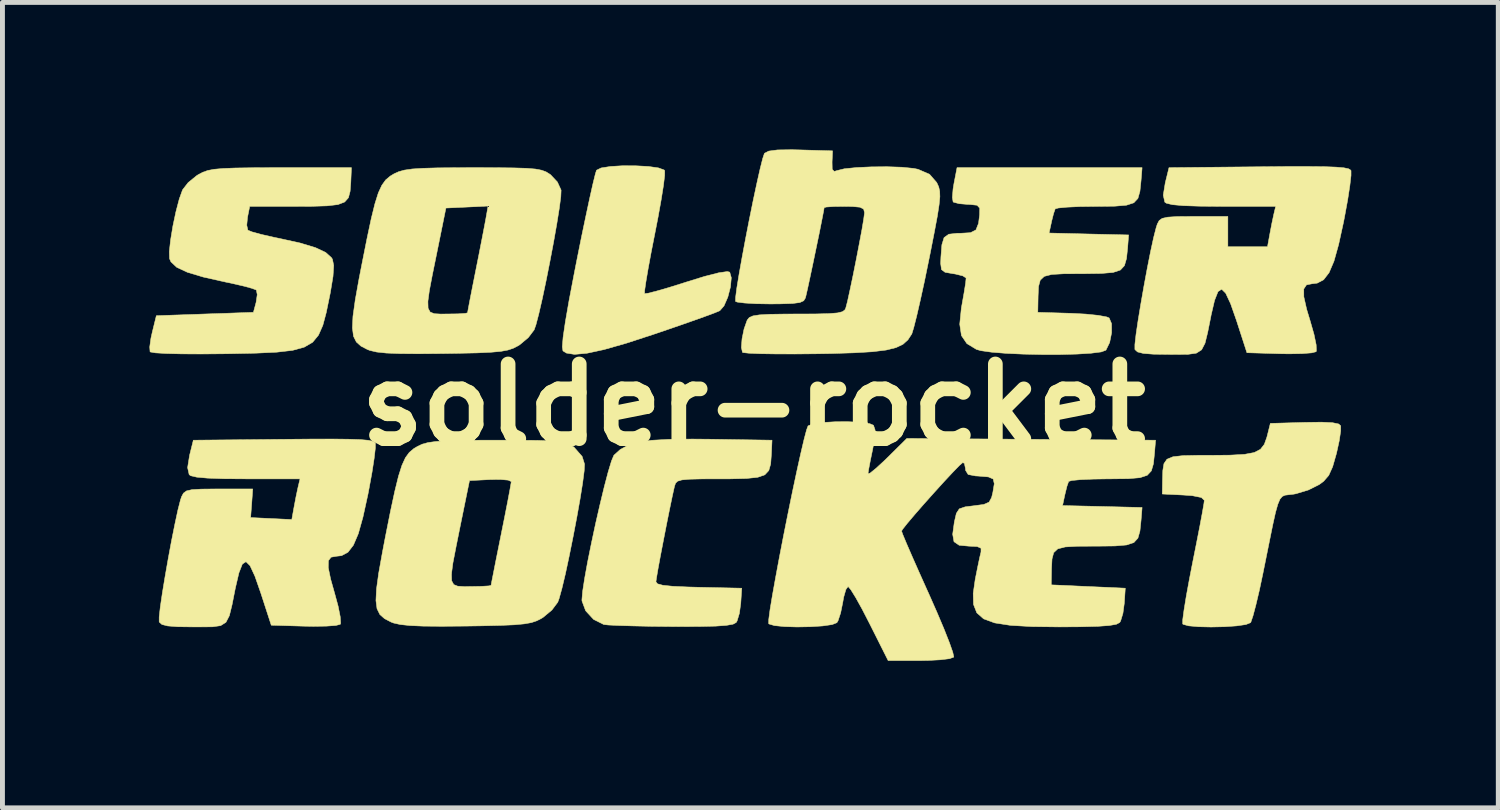
<source format=kicad_pcb>
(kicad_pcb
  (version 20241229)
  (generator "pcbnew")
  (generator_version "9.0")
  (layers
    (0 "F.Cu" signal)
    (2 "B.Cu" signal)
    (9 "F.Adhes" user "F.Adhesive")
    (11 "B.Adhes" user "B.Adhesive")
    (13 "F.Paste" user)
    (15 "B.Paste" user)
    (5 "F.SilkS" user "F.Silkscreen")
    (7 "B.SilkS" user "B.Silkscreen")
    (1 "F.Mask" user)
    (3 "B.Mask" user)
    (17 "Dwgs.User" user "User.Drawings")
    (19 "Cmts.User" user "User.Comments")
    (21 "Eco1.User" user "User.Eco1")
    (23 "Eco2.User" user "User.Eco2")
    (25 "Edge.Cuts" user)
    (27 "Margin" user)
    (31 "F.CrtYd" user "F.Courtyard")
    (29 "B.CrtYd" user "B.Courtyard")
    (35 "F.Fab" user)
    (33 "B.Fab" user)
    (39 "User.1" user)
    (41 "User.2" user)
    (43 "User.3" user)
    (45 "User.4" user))
  (footprint "solder-rocket"
    (layer "F.Cu")
    (at 12.325 5.211)
    (property "Reference" "solder-rocket" (at 0 0 0) (layer "F.SilkS") (effects (font (size 1.524 1.524) (thickness 0.3))))
    (attr through_hole)
    (fp_poly (pts (xy -2.4 -4.878) (xy -2.143 -4.864) (xy -1.939 -4.835) (xy -1.823 -4.792) (xy -1.812 -4.777) (xy -1.813 -4.68) (xy -1.838 -4.473) (xy -1.885 -4.18) (xy -1.949 -3.823) (xy -2.014 -3.49) (xy -2.09 -3.104) (xy -2.152 -2.767) (xy -2.197 -2.501) (xy -2.222 -2.327) (xy -2.223 -2.269) (xy -2.15 -2.278) (xy -1.973 -2.323) (xy -1.717 -2.397) (xy -1.408 -2.494) (xy -1.371 -2.506) (xy -0.992 -2.623) (xy -0.709 -2.695) (xy -0.535 -2.72) (xy -0.485 -2.708) (xy -0.453 -2.594) (xy -0.47 -2.407) (xy -0.524 -2.199) (xy -0.602 -2.02) (xy -0.688 -1.921) (xy -0.791 -1.878) (xy -1.002 -1.8) (xy -1.297 -1.695) (xy -1.653 -1.571) (xy -2.031 -1.442) (xy -2.598 -1.257) (xy -3.051 -1.128) (xy -3.399 -1.053) (xy -3.652 -1.03) (xy -3.819 -1.057) (xy -3.888 -1.101) (xy -3.901 -1.183) (xy -3.885 -1.38) (xy -3.839 -1.694) (xy -3.763 -2.132) (xy -3.655 -2.697) (xy -3.608 -2.937) (xy -3.512 -3.415) (xy -3.421 -3.85) (xy -3.341 -4.223) (xy -3.275 -4.517) (xy -3.227 -4.712) (xy -3.203 -4.788) (xy -3.11 -4.834) (xy -2.92 -4.864) (xy -2.671 -4.879) (xy -2.4 -4.878)) (stroke (width 0.01) (type solid)) (fill yes) (layer "F.SilkS"))
    (fp_poly (pts (xy -0.892 0.701) (xy 0.378 0.721) (xy 0.364 1.018) (xy 0.35 1.207) (xy 0.312 1.34) (xy 0.231 1.427) (xy 0.086 1.478) (xy -0.145 1.502) (xy -0.481 1.51) (xy -0.694 1.51) (xy -1.056 1.511) (xy -1.303 1.517) (xy -1.46 1.531) (xy -1.548 1.557) (xy -1.591 1.599) (xy -1.612 1.662) (xy -1.613 1.665) (xy -1.656 1.859) (xy -1.712 2.128) (xy -1.775 2.441) (xy -1.839 2.769) (xy -1.899 3.08) (xy -1.948 3.345) (xy -1.98 3.533) (xy -1.991 3.611) (xy -1.959 3.652) (xy -1.851 3.681) (xy -1.649 3.702) (xy -1.338 3.716) (xy -1.116 3.722) (xy -0.24 3.741) (xy -0.26 4.047) (xy -0.288 4.254) (xy -0.335 4.409) (xy -0.354 4.441) (xy -0.417 4.475) (xy -0.552 4.499) (xy -0.773 4.515) (xy -1.097 4.522) (xy -1.538 4.524) (xy -1.673 4.523) (xy -2.081 4.519) (xy -2.449 4.511) (xy -2.751 4.502) (xy -2.963 4.492) (xy -3.055 4.482) (xy -3.263 4.378) (xy -3.425 4.202) (xy -3.5 4.001) (xy -3.501 3.975) (xy -3.486 3.803) (xy -3.445 3.537) (xy -3.384 3.201) (xy -3.307 2.821) (xy -3.222 2.423) (xy -3.132 2.031) (xy -3.045 1.671) (xy -2.965 1.367) (xy -2.898 1.146) (xy -2.85 1.031) (xy -2.846 1.026) (xy -2.719 0.911) (xy -2.562 0.824) (xy -2.355 0.763) (xy -2.08 0.723) (xy -1.718 0.703) (xy -1.25 0.698) (xy -0.892 0.701)) (stroke (width 0.01) (type solid)) (fill yes) (layer "F.SilkS"))
    (fp_poly (pts (xy 11.815 0.364) (xy 11.94 0.39) (xy 11.981 0.427) (xy 11.981 0.533) (xy 11.952 0.731) (xy 11.898 0.978) (xy 11.894 0.994) (xy 11.817 1.263) (xy 11.738 1.438) (xy 11.635 1.558) (xy 11.545 1.625) (xy 11.324 1.736) (xy 11.067 1.814) (xy 11.017 1.823) (xy 10.921 1.834) (xy 10.847 1.843) (xy 10.79 1.868) (xy 10.742 1.925) (xy 10.698 2.029) (xy 10.651 2.196) (xy 10.596 2.444) (xy 10.526 2.788) (xy 10.434 3.244) (xy 10.396 3.432) (xy 10.323 3.778) (xy 10.252 4.078) (xy 10.192 4.305) (xy 10.149 4.432) (xy 10.141 4.445) (xy 10.048 4.482) (xy 9.857 4.51) (xy 9.608 4.527) (xy 9.336 4.533) (xy 9.08 4.527) (xy 8.878 4.509) (xy 8.766 4.478) (xy 8.758 4.47) (xy 8.758 4.386) (xy 8.784 4.19) (xy 8.83 3.906) (xy 8.894 3.557) (xy 8.959 3.223) (xy 9.037 2.832) (xy 9.105 2.486) (xy 9.157 2.207) (xy 9.19 2.018) (xy 9.199 1.948) (xy 9.138 1.89) (xy 8.953 1.853) (xy 8.77 1.84) (xy 8.341 1.819) (xy 8.346 1.54) (xy 8.352 1.339) (xy 8.375 1.199) (xy 8.437 1.109) (xy 8.559 1.059) (xy 8.762 1.036) (xy 9.069 1.03) (xy 9.321 1.03) (xy 9.727 1.026) (xy 10.019 1.01) (xy 10.217 0.973) (xy 10.344 0.907) (xy 10.423 0.806) (xy 10.475 0.66) (xy 10.486 0.618) (xy 10.546 0.378) (xy 11.247 0.358) (xy 11.59 0.353) (xy 11.815 0.364)) (stroke (width 0.01) (type solid)) (fill yes) (layer "F.SilkS"))
    (fp_poly (pts (xy -8.217 -4.542) (xy -8.231 -4.358) (xy -8.265 -4.227) (xy -8.342 -4.14) (xy -8.479 -4.087) (xy -8.699 -4.061) (xy -9.021 -4.051) (xy -9.336 -4.05) (xy -10.28 -4.05) (xy -10.324 -3.831) (xy -10.34 -3.666) (xy -10.318 -3.566) (xy -10.315 -3.563) (xy -10.228 -3.528) (xy -10.04 -3.477) (xy -9.787 -3.419) (xy -9.679 -3.397) (xy -9.249 -3.302) (xy -8.938 -3.208) (xy -8.731 -3.111) (xy -8.611 -3.003) (xy -8.592 -2.972) (xy -8.566 -2.845) (xy -8.58 -2.622) (xy -8.635 -2.288) (xy -8.649 -2.219) (xy -8.718 -1.884) (xy -8.788 -1.622) (xy -8.876 -1.423) (xy -8.996 -1.277) (xy -9.168 -1.177) (xy -9.406 -1.112) (xy -9.728 -1.075) (xy -10.15 -1.055) (xy -10.69 -1.044) (xy -10.822 -1.042) (xy -11.275 -1.038) (xy -11.669 -1.04) (xy -11.984 -1.048) (xy -12.203 -1.061) (xy -12.307 -1.079) (xy -12.313 -1.083) (xy -12.32 -1.181) (xy -12.295 -1.361) (xy -12.268 -1.482) (xy -12.185 -1.819) (xy -11.195 -1.854) (xy -10.204 -1.888) (xy -10.149 -2.092) (xy -10.126 -2.25) (xy -10.144 -2.343) (xy -10.145 -2.343) (xy -10.231 -2.377) (xy -10.417 -2.427) (xy -10.67 -2.485) (xy -10.778 -2.507) (xy -11.227 -2.608) (xy -11.553 -2.706) (xy -11.769 -2.807) (xy -11.887 -2.918) (xy -11.916 -2.984) (xy -11.92 -3.129) (xy -11.894 -3.365) (xy -11.847 -3.65) (xy -11.785 -3.942) (xy -11.717 -4.201) (xy -11.651 -4.385) (xy -11.649 -4.389) (xy -11.536 -4.535) (xy -11.362 -4.677) (xy -11.327 -4.699) (xy -11.237 -4.746) (xy -11.137 -4.782) (xy -11.006 -4.807) (xy -10.825 -4.823) (xy -10.573 -4.833) (xy -10.229 -4.838) (xy -9.773 -4.84) (xy -9.645 -4.84) (xy -8.204 -4.84) (xy -8.217 -4.542)) (stroke (width 0.01) (type solid)) (fill yes) (layer "F.SilkS"))
    (fp_poly (pts (xy -5.248 -4.839) (xy -4.892 -4.835) (xy -4.633 -4.827) (xy -4.451 -4.812) (xy -4.324 -4.788) (xy -4.234 -4.755) (xy -4.16 -4.709) (xy -4.141 -4.696) (xy -4.002 -4.548) (xy -3.928 -4.387) (xy -3.926 -4.378) (xy -3.932 -4.247) (xy -3.963 -4.01) (xy -4.014 -3.692) (xy -4.079 -3.323) (xy -4.154 -2.927) (xy -4.232 -2.534) (xy -4.309 -2.169) (xy -4.38 -1.861) (xy -4.439 -1.635) (xy -4.476 -1.53) (xy -4.595 -1.373) (xy -4.772 -1.225) (xy -4.805 -1.205) (xy -4.902 -1.155) (xy -5.013 -1.118) (xy -5.159 -1.091) (xy -5.362 -1.073) (xy -5.644 -1.06) (xy -6.028 -1.052) (xy -6.35 -1.047) (xy -6.842 -1.043) (xy -7.216 -1.046) (xy -7.492 -1.057) (xy -7.689 -1.078) (xy -7.826 -1.11) (xy -7.878 -1.13) (xy -8.01 -1.199) (xy -8.104 -1.283) (xy -8.162 -1.4) (xy -8.184 -1.569) (xy -8.173 -1.806) (xy -8.13 -2.112) (xy -6.644 -2.112) (xy -6.64 -1.972) (xy -6.598 -1.894) (xy -6.515 -1.86) (xy -6.389 -1.853) (xy -6.247 -1.854) (xy -6.03 -1.857) (xy -5.88 -1.867) (xy -5.835 -1.878) (xy -5.822 -1.951) (xy -5.788 -2.132) (xy -5.737 -2.393) (xy -5.674 -2.709) (xy -5.672 -2.719) (xy -5.603 -3.065) (xy -5.54 -3.387) (xy -5.49 -3.647) (xy -5.462 -3.796) (xy -5.416 -4.057) (xy -5.846 -4.036) (xy -6.276 -4.016) (xy -6.464 -3.089) (xy -6.553 -2.653) (xy -6.614 -2.333) (xy -6.644 -2.112) (xy -8.13 -2.112) (xy -8.128 -2.131) (xy -8.051 -2.561) (xy -7.99 -2.874) (xy -7.886 -3.396) (xy -7.8 -3.8) (xy -7.725 -4.104) (xy -7.655 -4.326) (xy -7.583 -4.482) (xy -7.505 -4.59) (xy -7.412 -4.668) (xy -7.334 -4.715) (xy -7.239 -4.758) (xy -7.124 -4.79) (xy -6.966 -4.813) (xy -6.746 -4.827) (xy -6.442 -4.836) (xy -6.035 -4.839) (xy -5.72 -4.84) (xy -5.248 -4.839)) (stroke (width 0.01) (type solid)) (fill yes) (layer "F.SilkS"))
    (fp_poly (pts (xy 11.65 -4.86) (xy 11.888 -4.851) (xy 12.047 -4.837) (xy 12.142 -4.817) (xy 12.186 -4.789) (xy 12.192 -4.779) (xy 12.192 -4.679) (xy 12.168 -4.472) (xy 12.124 -4.185) (xy 12.062 -3.847) (xy 12.04 -3.732) (xy 11.939 -3.271) (xy 11.844 -2.931) (xy 11.744 -2.697) (xy 11.633 -2.553) (xy 11.503 -2.484) (xy 11.397 -2.471) (xy 11.283 -2.448) (xy 11.228 -2.365) (xy 11.229 -2.205) (xy 11.287 -1.949) (xy 11.359 -1.711) (xy 11.437 -1.438) (xy 11.481 -1.224) (xy 11.485 -1.1) (xy 11.478 -1.084) (xy 11.387 -1.061) (xy 11.193 -1.046) (xy 10.926 -1.041) (xy 10.743 -1.044) (xy 10.068 -1.064) (xy 9.857 -1.716) (xy 9.735 -2.064) (xy 9.635 -2.278) (xy 9.552 -2.36) (xy 9.478 -2.311) (xy 9.408 -2.133) (xy 9.336 -1.825) (xy 9.335 -1.816) (xy 9.268 -1.482) (xy 9.213 -1.258) (xy 9.143 -1.123) (xy 9.036 -1.055) (xy 8.866 -1.031) (xy 8.61 -1.029) (xy 8.478 -1.03) (xy 8.159 -1.034) (xy 7.953 -1.05) (xy 7.836 -1.08) (xy 7.784 -1.128) (xy 7.782 -1.134) (xy 7.782 -1.231) (xy 7.805 -1.435) (xy 7.847 -1.72) (xy 7.903 -2.059) (xy 7.967 -2.424) (xy 8.035 -2.79) (xy 8.102 -3.128) (xy 8.164 -3.413) (xy 8.216 -3.616) (xy 8.24 -3.69) (xy 8.277 -3.76) (xy 8.339 -3.805) (xy 8.451 -3.83) (xy 8.641 -3.842) (xy 8.938 -3.844) (xy 8.992 -3.844) (xy 9.679 -3.844) (xy 9.679 -3.226) (xy 10.488 -3.226) (xy 10.535 -3.484) (xy 10.576 -3.699) (xy 10.615 -3.882) (xy 10.618 -3.896) (xy 10.655 -4.05) (xy 9.558 -4.05) (xy 9.101 -4.054) (xy 8.768 -4.065) (xy 8.547 -4.085) (xy 8.424 -4.115) (xy 8.393 -4.136) (xy 8.361 -4.279) (xy 8.402 -4.531) (xy 8.478 -4.84) (xy 10.316 -4.858) (xy 10.879 -4.863) (xy 11.319 -4.863) (xy 11.65 -4.86)) (stroke (width 0.01) (type solid)) (fill yes) (layer "F.SilkS"))
    (fp_poly (pts (xy -4.767 0.722) (xy -4.411 0.725) (xy -4.152 0.734) (xy -3.97 0.749) (xy -3.844 0.772) (xy -3.754 0.806) (xy -3.679 0.852) (xy -3.661 0.865) (xy -3.497 1.052) (xy -3.448 1.208) (xy -3.455 1.349) (xy -3.487 1.596) (xy -3.539 1.921) (xy -3.606 2.297) (xy -3.682 2.695) (xy -3.761 3.087) (xy -3.838 3.447) (xy -3.909 3.745) (xy -3.967 3.954) (xy -3.994 4.027) (xy -4.114 4.187) (xy -4.292 4.335) (xy -4.325 4.356) (xy -4.422 4.406) (xy -4.532 4.443) (xy -4.678 4.469) (xy -4.881 4.488) (xy -5.164 4.5) (xy -5.547 4.509) (xy -5.869 4.514) (xy -6.361 4.518) (xy -6.736 4.515) (xy -7.011 4.503) (xy -7.208 4.482) (xy -7.345 4.451) (xy -7.397 4.431) (xy -7.529 4.362) (xy -7.624 4.278) (xy -7.682 4.16) (xy -7.704 3.992) (xy -7.692 3.754) (xy -7.65 3.449) (xy -6.163 3.449) (xy -6.159 3.589) (xy -6.117 3.667) (xy -6.035 3.7) (xy -5.908 3.708) (xy -5.766 3.707) (xy -5.549 3.703) (xy -5.4 3.694) (xy -5.355 3.683) (xy -5.342 3.611) (xy -5.306 3.429) (xy -5.253 3.16) (xy -5.186 2.827) (xy -5.149 2.643) (xy -5.077 2.284) (xy -5.016 1.973) (xy -4.971 1.734) (xy -4.946 1.591) (xy -4.943 1.565) (xy -5.005 1.536) (xy -5.167 1.522) (xy -5.369 1.524) (xy -5.795 1.545) (xy -5.984 2.471) (xy -6.072 2.908) (xy -6.134 3.228) (xy -6.163 3.449) (xy -7.65 3.449) (xy -7.647 3.429) (xy -7.57 2.999) (xy -7.51 2.686) (xy -7.406 2.164) (xy -7.319 1.76) (xy -7.244 1.456) (xy -7.174 1.235) (xy -7.103 1.079) (xy -7.024 0.971) (xy -6.932 0.893) (xy -6.853 0.846) (xy -6.759 0.802) (xy -6.643 0.77) (xy -6.486 0.748) (xy -6.265 0.733) (xy -5.962 0.725) (xy -5.554 0.721) (xy -5.24 0.721) (xy -4.767 0.722)) (stroke (width 0.01) (type solid)) (fill yes) (layer "F.SilkS"))
    (fp_poly (pts (xy -8.258 0.701) (xy -8.02 0.709) (xy -7.861 0.723) (xy -7.767 0.744) (xy -7.722 0.771) (xy -7.716 0.782) (xy -7.716 0.882) (xy -7.74 1.089) (xy -7.784 1.375) (xy -7.846 1.714) (xy -7.868 1.829) (xy -7.969 2.29) (xy -8.064 2.629) (xy -8.164 2.863) (xy -8.275 3.007) (xy -8.405 3.077) (xy -8.511 3.089) (xy -8.619 3.108) (xy -8.674 3.179) (xy -8.677 3.321) (xy -8.629 3.554) (xy -8.548 3.842) (xy -8.476 4.107) (xy -8.433 4.323) (xy -8.424 4.455) (xy -8.432 4.478) (xy -8.522 4.501) (xy -8.716 4.515) (xy -8.982 4.519) (xy -9.165 4.516) (xy -9.84 4.496) (xy -10.052 3.844) (xy -10.173 3.497) (xy -10.273 3.282) (xy -10.356 3.2) (xy -10.43 3.249) (xy -10.5 3.428) (xy -10.572 3.736) (xy -10.574 3.745) (xy -10.64 4.079) (xy -10.695 4.302) (xy -10.765 4.437) (xy -10.873 4.505) (xy -11.042 4.529) (xy -11.298 4.531) (xy -11.43 4.531) (xy -11.749 4.527) (xy -11.954 4.511) (xy -12.071 4.481) (xy -12.124 4.433) (xy -12.127 4.426) (xy -12.127 4.328) (xy -12.104 4.124) (xy -12.062 3.838) (xy -12.006 3.499) (xy -11.942 3.134) (xy -11.874 2.768) (xy -11.806 2.43) (xy -11.745 2.146) (xy -11.693 1.943) (xy -11.669 1.871) (xy -11.631 1.801) (xy -11.57 1.756) (xy -11.458 1.73) (xy -11.268 1.719) (xy -10.973 1.716) (xy -10.911 1.716) (xy -10.218 1.716) (xy -10.239 2.008) (xy -10.261 2.3) (xy -9.841 2.32) (xy -9.421 2.34) (xy -9.374 2.08) (xy -9.333 1.864) (xy -9.294 1.681) (xy -9.29 1.665) (xy -9.253 1.51) (xy -10.35 1.51) (xy -10.807 1.507) (xy -11.14 1.495) (xy -11.361 1.475) (xy -11.484 1.446) (xy -11.515 1.424) (xy -11.547 1.281) (xy -11.507 1.03) (xy -11.43 0.721) (xy -9.592 0.703) (xy -9.029 0.698) (xy -8.589 0.697) (xy -8.258 0.701)) (stroke (width 0.01) (type solid)) (fill yes) (layer "F.SilkS"))
    (fp_poly (pts (xy 7.907 -4.569) (xy 7.885 -4.358) (xy 7.844 -4.213) (xy 7.76 -4.123) (xy 7.61 -4.074) (xy 7.373 -4.054) (xy 7.024 -4.05) (xy 6.969 -4.05) (xy 6.656 -4.046) (xy 6.397 -4.034) (xy 6.221 -4.017) (xy 6.156 -3.999) (xy 6.122 -3.901) (xy 6.08 -3.735) (xy 6.079 -3.726) (xy 6.031 -3.506) (xy 6.843 -3.486) (xy 7.654 -3.467) (xy 7.633 -3.196) (xy 7.611 -2.986) (xy 7.569 -2.841) (xy 7.486 -2.751) (xy 7.338 -2.702) (xy 7.101 -2.682) (xy 6.754 -2.677) (xy 6.689 -2.677) (xy 6.329 -2.675) (xy 6.085 -2.661) (xy 5.933 -2.622) (xy 5.851 -2.545) (xy 5.816 -2.416) (xy 5.807 -2.223) (xy 5.806 -2.167) (xy 5.801 -1.888) (xy 6.483 -1.868) (xy 6.783 -1.852) (xy 7.036 -1.826) (xy 7.208 -1.794) (xy 7.257 -1.773) (xy 7.306 -1.657) (xy 7.307 -1.472) (xy 7.267 -1.272) (xy 7.191 -1.116) (xy 7.191 -1.116) (xy 7.095 -1.08) (xy 6.89 -1.054) (xy 6.601 -1.036) (xy 6.256 -1.027) (xy 5.883 -1.027) (xy 5.507 -1.035) (xy 5.156 -1.051) (xy 4.858 -1.075) (xy 4.638 -1.106) (xy 4.548 -1.132) (xy 4.354 -1.25) (xy 4.243 -1.413) (xy 4.208 -1.646) (xy 4.241 -1.974) (xy 4.256 -2.057) (xy 4.299 -2.301) (xy 4.329 -2.491) (xy 4.338 -2.588) (xy 4.338 -2.589) (xy 4.271 -2.632) (xy 4.117 -2.67) (xy 4.07 -2.677) (xy 3.909 -2.705) (xy 3.836 -2.76) (xy 3.819 -2.883) (xy 3.824 -3.015) (xy 3.844 -3.268) (xy 3.889 -3.414) (xy 3.985 -3.482) (xy 4.155 -3.501) (xy 4.222 -3.501) (xy 4.427 -3.513) (xy 4.539 -3.57) (xy 4.592 -3.705) (xy 4.614 -3.879) (xy 4.616 -4.014) (xy 4.562 -4.073) (xy 4.415 -4.089) (xy 4.376 -4.09) (xy 4.197 -4.105) (xy 4.083 -4.135) (xy 4.073 -4.142) (xy 4.058 -4.231) (xy 4.072 -4.405) (xy 4.09 -4.514) (xy 4.153 -4.84) (xy 7.929 -4.84) (xy 7.907 -4.569)) (stroke (width 0.01) (type solid)) (fill yes) (layer "F.SilkS"))
    (fp_poly (pts (xy 0.954 -5.202) (xy 1.613 -5.183) (xy 1.603 -4.955) (xy 1.606 -4.805) (xy 1.648 -4.763) (xy 1.706 -4.781) (xy 1.853 -4.817) (xy 2.099 -4.842) (xy 2.402 -4.856) (xy 2.724 -4.859) (xy 3.025 -4.849) (xy 3.266 -4.825) (xy 3.356 -4.807) (xy 3.592 -4.705) (xy 3.738 -4.537) (xy 3.744 -4.525) (xy 3.779 -4.448) (xy 3.799 -4.361) (xy 3.803 -4.247) (xy 3.787 -4.083) (xy 3.751 -3.851) (xy 3.691 -3.531) (xy 3.607 -3.102) (xy 3.576 -2.949) (xy 3.489 -2.525) (xy 3.405 -2.141) (xy 3.331 -1.819) (xy 3.271 -1.582) (xy 3.232 -1.453) (xy 3.227 -1.443) (xy 3.151 -1.327) (xy 3.05 -1.236) (xy 2.907 -1.168) (xy 2.704 -1.118) (xy 2.426 -1.084) (xy 2.053 -1.062) (xy 1.57 -1.047) (xy 1.269 -1.042) (xy 0.837 -1.038) (xy 0.451 -1.039) (xy 0.134 -1.044) (xy -0.095 -1.054) (xy -0.214 -1.067) (xy -0.225 -1.072) (xy -0.247 -1.17) (xy -0.234 -1.347) (xy -0.193 -1.548) (xy -0.132 -1.721) (xy -0.126 -1.733) (xy -0.086 -1.782) (xy -0.012 -1.815) (xy 0.12 -1.836) (xy 0.332 -1.848) (xy 0.645 -1.853) (xy 0.89 -1.854) (xy 1.273 -1.855) (xy 1.54 -1.862) (xy 1.714 -1.876) (xy 1.815 -1.901) (xy 1.865 -1.939) (xy 1.882 -1.974) (xy 1.918 -2.112) (xy 1.969 -2.345) (xy 2.031 -2.639) (xy 2.096 -2.964) (xy 2.158 -3.286) (xy 2.212 -3.573) (xy 2.249 -3.794) (xy 2.265 -3.917) (xy 2.265 -3.922) (xy 2.248 -3.994) (xy 2.173 -4.033) (xy 2.012 -4.048) (xy 1.854 -4.05) (xy 1.636 -4.047) (xy 1.487 -4.037) (xy 1.442 -4.025) (xy 1.428 -3.943) (xy 1.392 -3.758) (xy 1.341 -3.501) (xy 1.279 -3.202) (xy 1.215 -2.894) (xy 1.154 -2.606) (xy 1.103 -2.369) (xy 1.068 -2.216) (xy 1.058 -2.18) (xy 1.024 -2.124) (xy 0.945 -2.088) (xy 0.797 -2.069) (xy 0.553 -2.061) (xy 0.343 -2.059) (xy 0.052 -2.064) (xy -0.183 -2.078) (xy -0.332 -2.097) (xy -0.367 -2.111) (xy -0.365 -2.195) (xy -0.34 -2.388) (xy -0.294 -2.668) (xy -0.233 -3.01) (xy -0.162 -3.39) (xy -0.085 -3.785) (xy -0.007 -4.169) (xy 0.068 -4.52) (xy 0.134 -4.813) (xy 0.187 -5.024) (xy 0.222 -5.129) (xy 0.225 -5.134) (xy 0.311 -5.178) (xy 0.491 -5.202) (xy 0.783 -5.206) (xy 0.954 -5.202)) (stroke (width 0.01) (type solid)) (fill yes) (layer "F.SilkS"))
    (fp_poly (pts (xy 2.186 0.357) (xy 2.372 0.384) (xy 2.448 0.416) (xy 2.482 0.516) (xy 2.468 0.714) (xy 2.43 0.914) (xy 2.382 1.146) (xy 2.348 1.325) (xy 2.336 1.405) (xy 2.38 1.392) (xy 2.496 1.298) (xy 2.665 1.143) (xy 2.732 1.078) (xy 3.129 0.685) (xy 5.666 0.703) (xy 8.204 0.721) (xy 8.182 0.991) (xy 8.16 1.203) (xy 8.118 1.347) (xy 8.034 1.437) (xy 7.885 1.486) (xy 7.647 1.506) (xy 7.298 1.51) (xy 7.244 1.51) (xy 6.931 1.515) (xy 6.672 1.526) (xy 6.495 1.543) (xy 6.431 1.562) (xy 6.396 1.66) (xy 6.355 1.826) (xy 6.353 1.834) (xy 6.306 2.055) (xy 7.117 2.074) (xy 7.929 2.094) (xy 7.907 2.364) (xy 7.885 2.575) (xy 7.844 2.719) (xy 7.761 2.81) (xy 7.612 2.859) (xy 7.376 2.879) (xy 7.029 2.883) (xy 6.963 2.883) (xy 6.604 2.885) (xy 6.36 2.899) (xy 6.208 2.938) (xy 6.125 3.016) (xy 6.091 3.144) (xy 6.081 3.337) (xy 6.08 3.394) (xy 6.075 3.673) (xy 6.831 3.707) (xy 7.586 3.741) (xy 7.566 4.047) (xy 7.538 4.254) (xy 7.491 4.409) (xy 7.472 4.441) (xy 7.404 4.477) (xy 7.26 4.502) (xy 7.024 4.519) (xy 6.68 4.528) (xy 6.236 4.531) (xy 5.678 4.524) (xy 5.243 4.499) (xy 4.92 4.449) (xy 4.695 4.366) (xy 4.556 4.243) (xy 4.489 4.072) (xy 4.483 3.847) (xy 4.524 3.56) (xy 4.525 3.556) (xy 4.574 3.31) (xy 4.617 3.106) (xy 4.642 3.003) (xy 4.643 2.926) (xy 4.565 2.891) (xy 4.396 2.883) (xy 4.197 2.865) (xy 4.091 2.792) (xy 4.064 2.64) (xy 4.098 2.391) (xy 4.139 2.214) (xy 4.199 2.122) (xy 4.319 2.081) (xy 4.496 2.059) (xy 4.699 2.032) (xy 4.807 1.985) (xy 4.859 1.889) (xy 4.884 1.785) (xy 4.913 1.61) (xy 4.891 1.513) (xy 4.792 1.47) (xy 4.588 1.453) (xy 4.531 1.45) (xy 4.38 1.421) (xy 4.327 1.335) (xy 4.325 1.299) (xy 4.303 1.194) (xy 4.269 1.178) (xy 4.201 1.237) (xy 4.067 1.375) (xy 3.887 1.568) (xy 3.683 1.793) (xy 3.475 2.026) (xy 3.284 2.245) (xy 3.132 2.425) (xy 3.039 2.543) (xy 3.021 2.576) (xy 3.048 2.651) (xy 3.123 2.831) (xy 3.238 3.096) (xy 3.384 3.426) (xy 3.552 3.801) (xy 3.575 3.851) (xy 3.743 4.232) (xy 3.887 4.572) (xy 3.997 4.851) (xy 4.066 5.048) (xy 4.087 5.144) (xy 4.085 5.147) (xy 4.001 5.179) (xy 3.809 5.202) (xy 3.541 5.216) (xy 3.395 5.217) (xy 2.747 5.217) (xy 2.368 4.462) (xy 2.219 4.173) (xy 2.087 3.935) (xy 1.986 3.772) (xy 1.931 3.707) (xy 1.929 3.707) (xy 1.885 3.768) (xy 1.84 3.924) (xy 1.821 4.033) (xy 1.778 4.245) (xy 1.725 4.405) (xy 1.701 4.445) (xy 1.605 4.483) (xy 1.412 4.511) (xy 1.16 4.527) (xy 0.887 4.532) (xy 0.63 4.524) (xy 0.428 4.504) (xy 0.317 4.471) (xy 0.309 4.462) (xy 0.311 4.379) (xy 0.337 4.181) (xy 0.385 3.891) (xy 0.45 3.529) (xy 0.527 3.115) (xy 0.613 2.67) (xy 0.704 2.215) (xy 0.795 1.771) (xy 0.883 1.357) (xy 0.963 0.996) (xy 1.031 0.707) (xy 1.083 0.51) (xy 1.113 0.429) (xy 1.214 0.388) (xy 1.412 0.36) (xy 1.666 0.345) (xy 1.937 0.344) (xy 2.186 0.357)) (stroke (width 0.01) (type solid)) (fill yes) (layer "F.SilkS")))
  (gr_rect
    (start -3 -3)
    (end 27.522 13.434)
    (stroke (width 0.1) (type default))
    (fill no)
    (layer "Edge.Cuts")))
</source>
